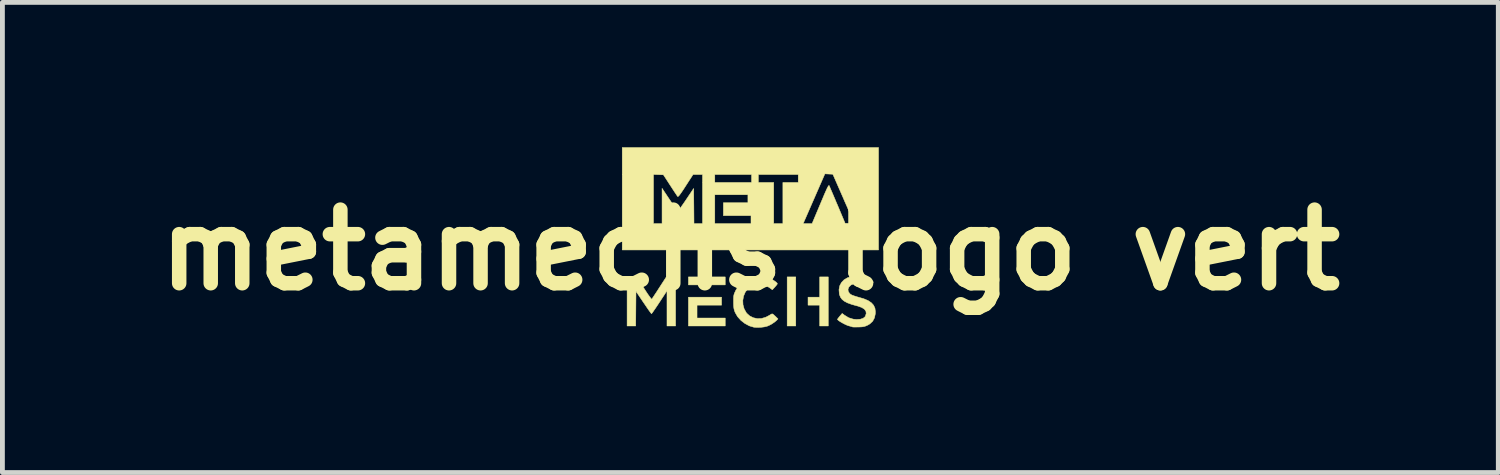
<source format=kicad_pcb>
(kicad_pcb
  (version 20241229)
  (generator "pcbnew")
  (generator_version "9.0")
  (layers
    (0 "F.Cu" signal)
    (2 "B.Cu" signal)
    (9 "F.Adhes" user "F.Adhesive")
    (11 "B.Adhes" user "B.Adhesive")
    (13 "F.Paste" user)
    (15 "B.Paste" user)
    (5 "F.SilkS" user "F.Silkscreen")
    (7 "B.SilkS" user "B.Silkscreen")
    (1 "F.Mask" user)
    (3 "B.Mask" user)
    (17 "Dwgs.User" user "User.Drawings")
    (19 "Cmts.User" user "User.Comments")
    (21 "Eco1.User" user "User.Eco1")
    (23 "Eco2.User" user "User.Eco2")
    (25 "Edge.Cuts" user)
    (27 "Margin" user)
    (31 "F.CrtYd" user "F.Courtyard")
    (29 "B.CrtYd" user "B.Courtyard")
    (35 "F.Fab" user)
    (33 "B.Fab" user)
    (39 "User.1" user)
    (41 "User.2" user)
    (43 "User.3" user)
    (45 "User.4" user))
  (footprint "metamechs logo vert"
    (layer "F.Cu")
    (at 12.49 2.126)
    (property "Reference" "metamechs logo vert" (at 0 0 0) (layer "F.SilkS") (effects (font (size 1.524 1.524) (thickness 0.3))))
    (attr through_hole)
    (fp_poly (pts (xy -0.521 0.724) (xy -1.283 0.724) (xy -1.283 0.559) (xy -0.521 0.559) (xy -0.521 0.724)) (stroke (width 0.01) (type solid)) (fill yes) (layer "F.SilkS"))
    (fp_poly (pts (xy 0.94 1.575) (xy 0.762 1.575) (xy 0.762 0.559) (xy 0.94 0.559) (xy 0.94 1.575)) (stroke (width 0.01) (type solid)) (fill yes) (layer "F.SilkS"))
    (fp_poly (pts (xy -0.597 1.143) (xy -1.105 1.143) (xy -1.105 1.41) (xy -0.521 1.41) (xy -0.521 1.575) (xy -1.283 1.575) (xy -1.283 0.978) (xy -0.597 0.978) (xy -0.597 1.143)) (stroke (width 0.01) (type solid)) (fill yes) (layer "F.SilkS"))
    (fp_poly (pts (xy 1.613 1.575) (xy 1.435 1.575) (xy 1.435 1.143) (xy 1.194 1.143) (xy 1.194 0.978) (xy 1.435 0.978) (xy 1.435 0.559) (xy 1.613 0.559) (xy 1.613 1.575)) (stroke (width 0.01) (type solid)) (fill yes) (layer "F.SilkS"))
    (fp_poly (pts (xy -1.549 1.575) (xy -1.727 1.575) (xy -1.727 0.845) (xy -1.883 1.083) (xy -1.928 1.151) (xy -1.969 1.212) (xy -2.004 1.262) (xy -2.029 1.299) (xy -2.045 1.318) (xy -2.048 1.321) (xy -2.057 1.311) (xy -2.079 1.282) (xy -2.11 1.239) (xy -2.148 1.184) (xy -2.192 1.119) (xy -2.213 1.089) (xy -2.369 0.857) (xy -2.375 1.575) (xy -2.553 1.575) (xy -2.553 0.559) (xy -2.354 0.559) (xy -2.204 0.794) (xy -2.157 0.867) (xy -2.116 0.928) (xy -2.082 0.975) (xy -2.058 1.007) (xy -2.044 1.019) (xy -2.042 1.019) (xy -2.032 1.005) (xy -2.011 0.974) (xy -1.98 0.927) (xy -1.942 0.87) (xy -1.9 0.804) (xy -1.888 0.786) (xy -1.745 0.565) (xy -1.647 0.561) (xy -1.549 0.558) (xy -1.549 1.575)) (stroke (width 0.01) (type solid)) (fill yes) (layer "F.SilkS"))
    (fp_poly (pts (xy 0.178 0.553) (xy 0.247 0.554) (xy 0.298 0.558) (xy 0.338 0.564) (xy 0.374 0.575) (xy 0.393 0.582) (xy 0.438 0.604) (xy 0.482 0.631) (xy 0.521 0.658) (xy 0.549 0.683) (xy 0.559 0.7) (xy 0.551 0.715) (xy 0.53 0.742) (xy 0.507 0.768) (xy 0.455 0.825) (xy 0.415 0.795) (xy 0.343 0.748) (xy 0.276 0.72) (xy 0.205 0.707) (xy 0.17 0.706) (xy 0.118 0.707) (xy 0.08 0.713) (xy 0.046 0.727) (xy 0.018 0.743) (xy -0.052 0.801) (xy -0.106 0.874) (xy -0.141 0.956) (xy -0.157 1.045) (xy -0.153 1.135) (xy -0.129 1.221) (xy -0.084 1.301) (xy -0.074 1.313) (xy -0.014 1.367) (xy 0.06 1.404) (xy 0.142 1.422) (xy 0.227 1.42) (xy 0.309 1.397) (xy 0.332 1.387) (xy 0.374 1.365) (xy 0.411 1.344) (xy 0.428 1.333) (xy 0.445 1.325) (xy 0.46 1.326) (xy 0.48 1.34) (xy 0.511 1.369) (xy 0.514 1.371) (xy 0.571 1.427) (xy 0.544 1.457) (xy 0.503 1.492) (xy 0.449 1.529) (xy 0.391 1.561) (xy 0.349 1.579) (xy 0.287 1.594) (xy 0.212 1.603) (xy 0.136 1.605) (xy 0.071 1.6) (xy -0.023 1.572) (xy -0.114 1.523) (xy -0.196 1.459) (xy -0.265 1.382) (xy -0.314 1.298) (xy -0.319 1.286) (xy -0.333 1.247) (xy -0.342 1.208) (xy -0.347 1.162) (xy -0.349 1.1) (xy -0.349 1.072) (xy -0.349 1.01) (xy -0.347 0.965) (xy -0.341 0.931) (xy -0.331 0.899) (xy -0.314 0.862) (xy -0.302 0.836) (xy -0.245 0.743) (xy -0.176 0.67) (xy -0.088 0.61) (xy -0.053 0.593) (xy -0.015 0.575) (xy 0.017 0.564) (xy 0.05 0.557) (xy 0.09 0.554) (xy 0.146 0.553) (xy 0.178 0.553)) (stroke (width 0.01) (type solid)) (fill yes) (layer "F.SilkS"))
    (fp_poly (pts (xy 2.272 0.546) (xy 2.328 0.558) (xy 2.389 0.576) (xy 2.448 0.599) (xy 2.498 0.623) (xy 2.532 0.646) (xy 2.538 0.652) (xy 2.543 0.667) (xy 2.534 0.691) (xy 2.51 0.728) (xy 2.507 0.733) (xy 2.462 0.797) (xy 2.374 0.752) (xy 2.287 0.716) (xy 2.208 0.699) (xy 2.139 0.703) (xy 2.083 0.726) (xy 2.041 0.767) (xy 2.022 0.812) (xy 2.026 0.858) (xy 2.054 0.901) (xy 2.079 0.922) (xy 2.11 0.938) (xy 2.158 0.955) (xy 2.213 0.972) (xy 2.234 0.978) (xy 2.348 1.011) (xy 2.438 1.049) (xy 2.505 1.094) (xy 2.552 1.146) (xy 2.58 1.208) (xy 2.589 1.28) (xy 2.587 1.324) (xy 2.569 1.408) (xy 2.532 1.477) (xy 2.474 1.531) (xy 2.434 1.555) (xy 2.393 1.574) (xy 2.355 1.586) (xy 2.313 1.593) (xy 2.255 1.596) (xy 2.243 1.596) (xy 2.191 1.597) (xy 2.148 1.597) (xy 2.12 1.596) (xy 2.115 1.594) (xy 2.096 1.588) (xy 2.062 1.578) (xy 2.031 1.57) (xy 1.994 1.556) (xy 1.949 1.535) (xy 1.902 1.51) (xy 1.859 1.485) (xy 1.825 1.461) (xy 1.806 1.444) (xy 1.803 1.439) (xy 1.811 1.424) (xy 1.831 1.398) (xy 1.852 1.372) (xy 1.901 1.315) (xy 1.948 1.351) (xy 2.035 1.404) (xy 2.128 1.433) (xy 2.196 1.44) (xy 2.276 1.435) (xy 2.335 1.416) (xy 2.374 1.384) (xy 2.382 1.37) (xy 2.399 1.316) (xy 2.392 1.268) (xy 2.361 1.226) (xy 2.305 1.191) (xy 2.224 1.162) (xy 2.207 1.158) (xy 2.099 1.128) (xy 2.013 1.097) (xy 1.948 1.063) (xy 1.9 1.025) (xy 1.867 0.981) (xy 1.846 0.929) (xy 1.842 0.911) (xy 1.835 0.823) (xy 1.85 0.744) (xy 1.886 0.676) (xy 1.94 0.619) (xy 2.01 0.577) (xy 2.094 0.55) (xy 2.19 0.54) (xy 2.272 0.546)) (stroke (width 0.01) (type solid)) (fill yes) (layer "F.SilkS"))
    (fp_poly (pts (xy 2.654 0) (xy -2.654 0) (xy -2.654 -0.546) (xy -2.007 -0.546) (xy -1.829 -0.546) (xy -1.829 -1.276) (xy -1.67 -1.038) (xy -1.624 -0.97) (xy -1.582 -0.909) (xy -1.547 -0.859) (xy -1.521 -0.823) (xy -1.505 -0.803) (xy -1.502 -0.801) (xy -1.492 -0.811) (xy -1.471 -0.839) (xy -1.44 -0.883) (xy -1.401 -0.938) (xy -1.356 -1.003) (xy -1.333 -1.037) (xy -1.175 -1.273) (xy -1.171 -0.909) (xy -1.168 -0.546) (xy -0.991 -0.546) (xy -0.991 -1.143) (xy -0.737 -1.143) (xy -0.737 -0.546) (xy 0.013 -0.546) (xy 0.013 -0.711) (xy -0.559 -0.711) (xy -0.559 -0.978) (xy -0.051 -0.978) (xy -0.051 -1.143) (xy -0.737 -1.143) (xy -0.991 -1.143) (xy -0.991 -1.562) (xy -0.737 -1.562) (xy -0.737 -1.397) (xy 0.025 -1.397) (xy 0.025 -1.562) (xy 0.165 -1.562) (xy 0.165 -1.397) (xy 0.483 -1.397) (xy 0.483 -0.546) (xy 0.673 -0.546) (xy 1.093 -0.546) (xy 1.278 -0.546) (xy 1.449 -0.952) (xy 1.495 -1.061) (xy 1.532 -1.149) (xy 1.562 -1.217) (xy 1.585 -1.268) (xy 1.603 -1.303) (xy 1.615 -1.324) (xy 1.624 -1.334) (xy 1.63 -1.334) (xy 1.632 -1.331) (xy 1.64 -1.313) (xy 1.656 -1.274) (xy 1.68 -1.219) (xy 1.71 -1.149) (xy 1.745 -1.067) (xy 1.782 -0.978) (xy 1.804 -0.928) (xy 1.962 -0.552) (xy 2.054 -0.549) (xy 2.099 -0.548) (xy 2.132 -0.551) (xy 2.146 -0.555) (xy 2.146 -0.556) (xy 2.141 -0.569) (xy 2.127 -0.604) (xy 2.105 -0.657) (xy 2.076 -0.725) (xy 2.04 -0.807) (xy 2 -0.901) (xy 1.955 -1.002) (xy 1.927 -1.068) (xy 1.708 -1.568) (xy 1.625 -1.572) (xy 1.543 -1.576) (xy 1.35 -1.134) (xy 1.305 -1.031) (xy 1.262 -0.933) (xy 1.223 -0.843) (xy 1.188 -0.763) (xy 1.159 -0.697) (xy 1.138 -0.648) (xy 1.125 -0.62) (xy 1.125 -0.619) (xy 1.093 -0.546) (xy 0.673 -0.546) (xy 0.673 -1.397) (xy 0.991 -1.397) (xy 0.991 -1.562) (xy 0.165 -1.562) (xy 0.025 -1.562) (xy -0.737 -1.562) (xy -0.991 -1.562) (xy -1.187 -1.562) (xy -1.339 -1.327) (xy -1.394 -1.242) (xy -1.437 -1.179) (xy -1.469 -1.135) (xy -1.491 -1.111) (xy -1.503 -1.104) (xy -1.504 -1.105) (xy -1.515 -1.119) (xy -1.537 -1.152) (xy -1.568 -1.198) (xy -1.606 -1.256) (xy -1.649 -1.322) (xy -1.659 -1.337) (xy -1.801 -1.556) (xy -2.007 -1.563) (xy -2.007 -0.546) (xy -2.654 -0.546) (xy -2.654 -2.121) (xy 2.654 -2.121) (xy 2.654 0)) (stroke (width 0.01) (type solid)) (fill yes) (layer "F.SilkS")))
  (gr_rect
    (start -3 -3)
    (end 27.979 6.736)
    (stroke (width 0.1) (type default))
    (fill no)
    (layer "Edge.Cuts")))
</source>
